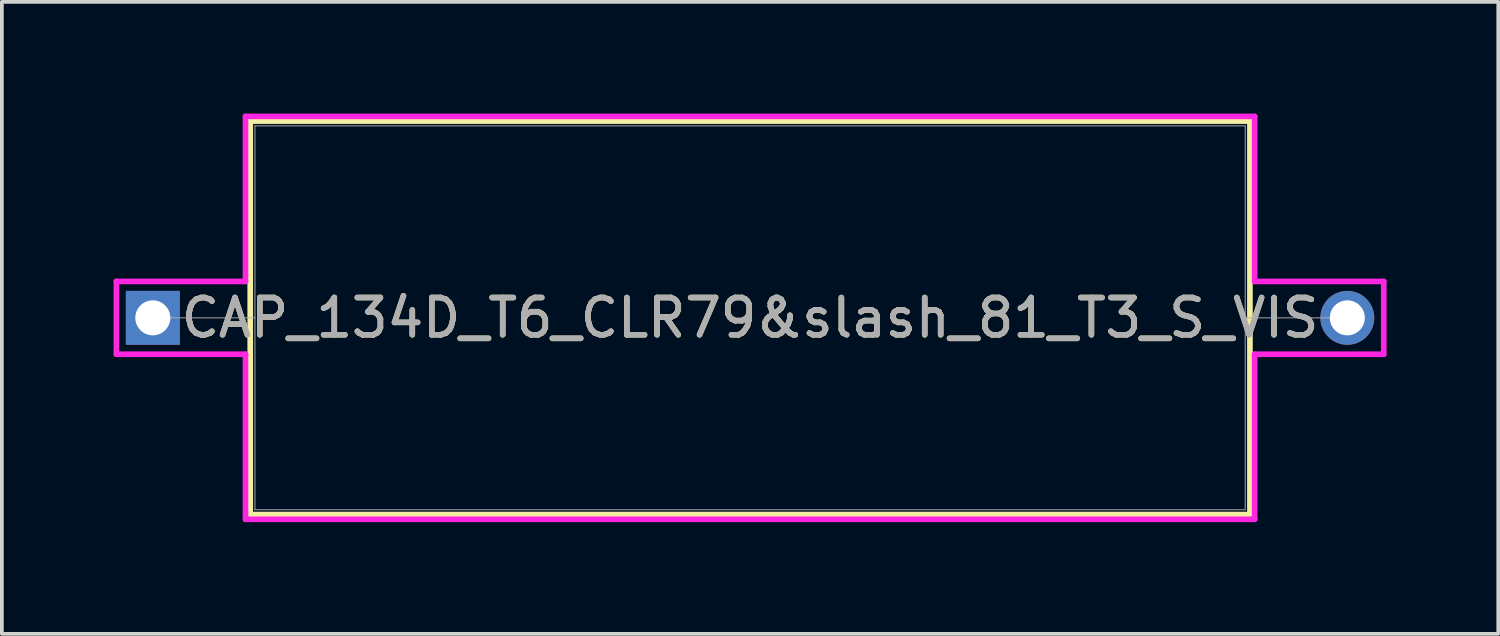
<source format=kicad_pcb>
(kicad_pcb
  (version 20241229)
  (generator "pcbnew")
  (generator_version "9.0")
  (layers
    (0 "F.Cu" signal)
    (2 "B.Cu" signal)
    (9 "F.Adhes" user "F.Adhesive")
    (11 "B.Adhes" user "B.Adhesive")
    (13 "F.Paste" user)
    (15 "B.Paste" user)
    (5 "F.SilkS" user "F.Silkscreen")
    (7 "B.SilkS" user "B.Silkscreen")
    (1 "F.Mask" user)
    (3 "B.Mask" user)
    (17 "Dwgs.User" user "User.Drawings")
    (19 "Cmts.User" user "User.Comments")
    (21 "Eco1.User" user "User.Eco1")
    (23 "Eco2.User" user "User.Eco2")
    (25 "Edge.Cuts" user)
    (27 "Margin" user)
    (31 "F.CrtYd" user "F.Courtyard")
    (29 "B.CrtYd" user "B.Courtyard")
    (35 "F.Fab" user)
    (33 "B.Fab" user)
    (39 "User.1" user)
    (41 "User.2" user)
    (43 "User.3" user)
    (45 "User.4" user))
  (footprint "CAP_134D_T6_CLR79&slash_81_T3_S_VIS"
    (layer "F.Cu")
    (at 1.054 5.486)
    (property "Reference" "CAP_134D_T6_CLR79&slash_81_T3_S_VIS" (at 16.04 0 0) (unlocked yes) (layer "F.SilkS") (effects (font (size 1 1) (thickness 0.15))))
    (attr through_hole)
    (fp_line (start 2.616 -5.283) (end 2.616 5.283) (stroke (width 0.152) (type solid)) (layer "F.SilkS"))
    (fp_line (start 2.616 5.283) (end 29.464 5.283) (stroke (width 0.152) (type solid)) (layer "F.SilkS"))
    (fp_line (start 29.464 -5.283) (end 2.616 -5.283) (stroke (width 0.152) (type solid)) (layer "F.SilkS"))
    (fp_line (start 29.464 5.283) (end 29.464 -5.283) (stroke (width 0.152) (type solid)) (layer "F.SilkS"))
    (fp_line (start -0.978 -0.978) (end 2.489 -0.978) (stroke (width 0.152) (type solid)) (layer "F.CrtYd"))
    (fp_line (start -0.978 0.978) (end -0.978 -0.978) (stroke (width 0.152) (type solid)) (layer "F.CrtYd"))
    (fp_line (start 2.489 -5.41) (end 29.591 -5.41) (stroke (width 0.152) (type solid)) (layer "F.CrtYd"))
    (fp_line (start 2.489 -0.978) (end 2.489 -5.41) (stroke (width 0.152) (type solid)) (layer "F.CrtYd"))
    (fp_line (start 2.489 0.978) (end -0.978 0.978) (stroke (width 0.152) (type solid)) (layer "F.CrtYd"))
    (fp_line (start 2.489 5.41) (end 2.489 0.978) (stroke (width 0.152) (type solid)) (layer "F.CrtYd"))
    (fp_line (start 2.489 5.41) (end 29.591 5.41) (stroke (width 0.152) (type solid)) (layer "F.CrtYd"))
    (fp_line (start 29.591 -5.41) (end 29.591 -0.978) (stroke (width 0.152) (type solid)) (layer "F.CrtYd"))
    (fp_line (start 29.591 -0.978) (end 33.058 -0.978) (stroke (width 0.152) (type solid)) (layer "F.CrtYd"))
    (fp_line (start 29.591 0.978) (end 29.591 5.41) (stroke (width 0.152) (type solid)) (layer "F.CrtYd"))
    (fp_line (start 33.058 -0.978) (end 33.058 0.978) (stroke (width 0.152) (type solid)) (layer "F.CrtYd"))
    (fp_line (start 33.058 0.978) (end 29.591 0.978) (stroke (width 0.152) (type solid)) (layer "F.CrtYd"))
    (fp_line (start 0 0) (end 2.743 0) (stroke (width 0.025) (type solid)) (layer "F.Fab"))
    (fp_line (start 2.743 -5.156) (end 2.743 5.156) (stroke (width 0.025) (type solid)) (layer "F.Fab"))
    (fp_line (start 2.743 5.156) (end 29.337 5.156) (stroke (width 0.025) (type solid)) (layer "F.Fab"))
    (fp_line (start 29.337 -5.156) (end 2.743 -5.156) (stroke (width 0.025) (type solid)) (layer "F.Fab"))
    (fp_line (start 29.337 5.156) (end 29.337 -5.156) (stroke (width 0.025) (type solid)) (layer "F.Fab"))
    (fp_line (start 32.08 0) (end 29.337 0) (stroke (width 0.025) (type solid)) (layer "F.Fab"))
    (fp_circle (center 2.997 0) (end 2.997 0) (stroke (width 0.025) (type solid)) (fill no) (layer "F.Fab"))
    (fp_text user "${REFERENCE}" (at 16.04 0 0) (unlocked yes) (layer "F.Fab") (effects (font (size 1 1) (thickness 0.15))))
    (pad "1" thru_hole rect (at 0 0) (size 1.448 1.448) (drill 0.94) (layers "*.Cu" "*.Mask"))
    (pad "2" thru_hole circle (at 32.08 0) (size 1.448 1.448) (drill 0.94) (layers "*.Cu" "*.Mask")))
  (gr_rect
    (start -3 -3)
    (end 37.188 13.973)
    (stroke (width 0.1) (type default))
    (fill no)
    (layer "Edge.Cuts")))
</source>
